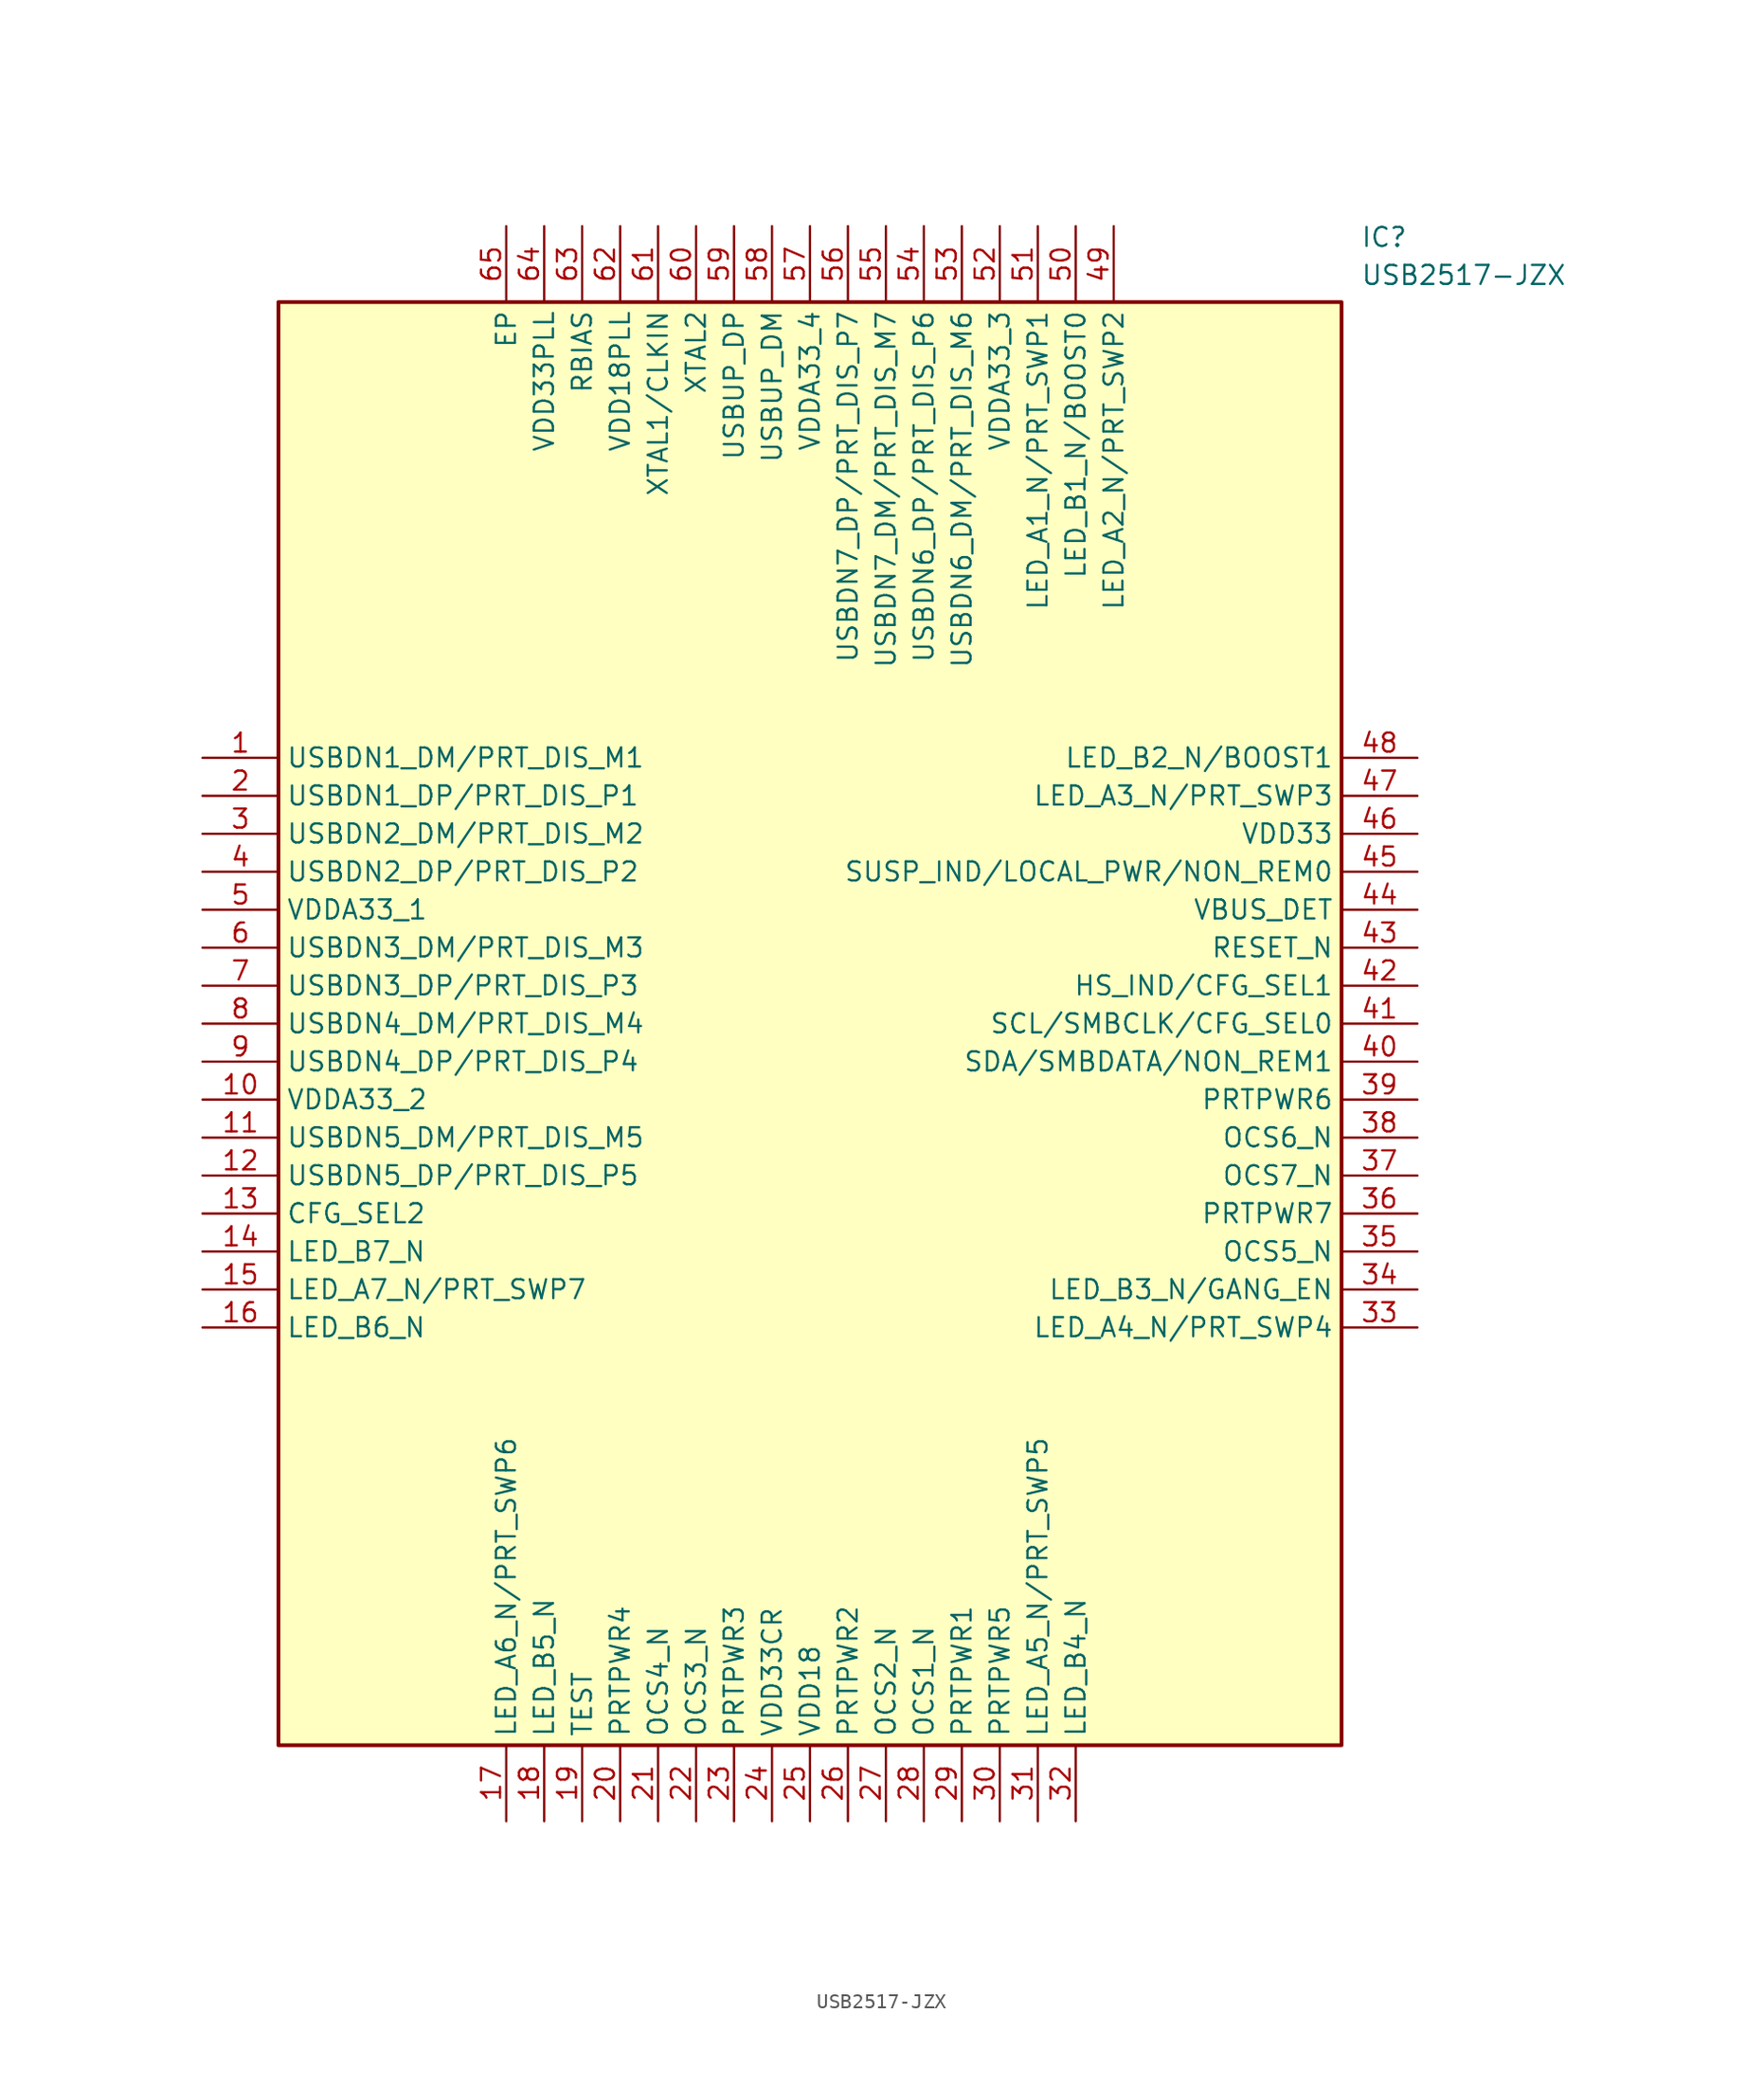
<source format=kicad_sym>
(kicad_symbol_lib
  (version 20211014)
  (generator SamacSys_ECAD_Model)
  (symbol "USB2517-JZX"
    (property "Reference" "IC"
      (at 77.47 35.56 0)
      (effects (font (size 1.27 1.27)) (justify left top)))
    (property "Value" "USB2517-JZX"
      (at 77.47 33.02 0)
      (effects (font (size 1.27 1.27)) (justify left top)))
    (rectangle
      (start 5.08 30.48)
      (end 76.2 -66.04)
      (stroke (width 0.254) (type default))
      (fill (type background)))
    (pin passive line
      (at 0 0 0)
      (length 5.08)
      (name "USBDN1_DM/PRT_DIS_M1" (effects (font (size 1.27 1.27))))
      (number "1" (effects (font (size 1.27 1.27)))))
    (pin passive line
      (at 0 -2.54 0)
      (length 5.08)
      (name "USBDN1_DP/PRT_DIS_P1" (effects (font (size 1.27 1.27))))
      (number "2" (effects (font (size 1.27 1.27)))))
    (pin passive line
      (at 0 -5.08 0)
      (length 5.08)
      (name "USBDN2_DM/PRT_DIS_M2" (effects (font (size 1.27 1.27))))
      (number "3" (effects (font (size 1.27 1.27)))))
    (pin passive line
      (at 0 -7.62 0)
      (length 5.08)
      (name "USBDN2_DP/PRT_DIS_P2" (effects (font (size 1.27 1.27))))
      (number "4" (effects (font (size 1.27 1.27)))))
    (pin power_in line
      (at 0 -10.16 0)
      (length 5.08)
      (name "VDDA33_1" (effects (font (size 1.27 1.27))))
      (number "5" (effects (font (size 1.27 1.27)))))
    (pin passive line
      (at 0 -12.7 0)
      (length 5.08)
      (name "USBDN3_DM/PRT_DIS_M3" (effects (font (size 1.27 1.27))))
      (number "6" (effects (font (size 1.27 1.27)))))
    (pin passive line
      (at 0 -15.24 0)
      (length 5.08)
      (name "USBDN3_DP/PRT_DIS_P3" (effects (font (size 1.27 1.27))))
      (number "7" (effects (font (size 1.27 1.27)))))
    (pin passive line
      (at 0 -17.78 0)
      (length 5.08)
      (name "USBDN4_DM/PRT_DIS_M4" (effects (font (size 1.27 1.27))))
      (number "8" (effects (font (size 1.27 1.27)))))
    (pin passive line
      (at 0 -20.32 0)
      (length 5.08)
      (name "USBDN4_DP/PRT_DIS_P4" (effects (font (size 1.27 1.27))))
      (number "9" (effects (font (size 1.27 1.27)))))
    (pin power_in line
      (at 0 -22.86 0)
      (length 5.08)
      (name "VDDA33_2" (effects (font (size 1.27 1.27))))
      (number "10" (effects (font (size 1.27 1.27)))))
    (pin passive line
      (at 0 -25.4 0)
      (length 5.08)
      (name "USBDN5_DM/PRT_DIS_M5" (effects (font (size 1.27 1.27))))
      (number "11" (effects (font (size 1.27 1.27)))))
    (pin passive line
      (at 0 -27.94 0)
      (length 5.08)
      (name "USBDN5_DP/PRT_DIS_P5" (effects (font (size 1.27 1.27))))
      (number "12" (effects (font (size 1.27 1.27)))))
    (pin passive line
      (at 0 -30.48 0)
      (length 5.08)
      (name "CFG_SEL2" (effects (font (size 1.27 1.27))))
      (number "13" (effects (font (size 1.27 1.27)))))
    (pin passive line
      (at 0 -33.02 0)
      (length 5.08)
      (name "LED_B7_N" (effects (font (size 1.27 1.27))))
      (number "14" (effects (font (size 1.27 1.27)))))
    (pin passive line
      (at 0 -35.56 0)
      (length 5.08)
      (name "LED_A7_N/PRT_SWP7" (effects (font (size 1.27 1.27))))
      (number "15" (effects (font (size 1.27 1.27)))))
    (pin passive line
      (at 0 -38.1 0)
      (length 5.08)
      (name "LED_B6_N" (effects (font (size 1.27 1.27))))
      (number "16" (effects (font (size 1.27 1.27)))))
    (pin passive line
      (at 20.32 -71.12 90)
      (length 5.08)
      (name "LED_A6_N/PRT_SWP6" (effects (font (size 1.27 1.27))))
      (number "17" (effects (font (size 1.27 1.27)))))
    (pin passive line
      (at 22.86 -71.12 90)
      (length 5.08)
      (name "LED_B5_N" (effects (font (size 1.27 1.27))))
      (number "18" (effects (font (size 1.27 1.27)))))
    (pin passive line
      (at 25.4 -71.12 90)
      (length 5.08)
      (name "TEST" (effects (font (size 1.27 1.27))))
      (number "19" (effects (font (size 1.27 1.27)))))
    (pin passive line
      (at 27.94 -71.12 90)
      (length 5.08)
      (name "PRTPWR4" (effects (font (size 1.27 1.27))))
      (number "20" (effects (font (size 1.27 1.27)))))
    (pin input line
      (at 30.48 -71.12 90)
      (length 5.08)
      (name "OCS4_N" (effects (font (size 1.27 1.27))))
      (number "21" (effects (font (size 1.27 1.27)))))
    (pin input line
      (at 33.02 -71.12 90)
      (length 5.08)
      (name "OCS3_N" (effects (font (size 1.27 1.27))))
      (number "22" (effects (font (size 1.27 1.27)))))
    (pin passive line
      (at 35.56 -71.12 90)
      (length 5.08)
      (name "PRTPWR3" (effects (font (size 1.27 1.27))))
      (number "23" (effects (font (size 1.27 1.27)))))
    (pin power_in line
      (at 38.1 -71.12 90)
      (length 5.08)
      (name "VDD33CR" (effects (font (size 1.27 1.27))))
      (number "24" (effects (font (size 1.27 1.27)))))
    (pin power_in line
      (at 40.64 -71.12 90)
      (length 5.08)
      (name "VDD18" (effects (font (size 1.27 1.27))))
      (number "25" (effects (font (size 1.27 1.27)))))
    (pin passive line
      (at 43.18 -71.12 90)
      (length 5.08)
      (name "PRTPWR2" (effects (font (size 1.27 1.27))))
      (number "26" (effects (font (size 1.27 1.27)))))
    (pin input line
      (at 45.72 -71.12 90)
      (length 5.08)
      (name "OCS2_N" (effects (font (size 1.27 1.27))))
      (number "27" (effects (font (size 1.27 1.27)))))
    (pin input line
      (at 48.26 -71.12 90)
      (length 5.08)
      (name "OCS1_N" (effects (font (size 1.27 1.27))))
      (number "28" (effects (font (size 1.27 1.27)))))
    (pin passive line
      (at 50.8 -71.12 90)
      (length 5.08)
      (name "PRTPWR1" (effects (font (size 1.27 1.27))))
      (number "29" (effects (font (size 1.27 1.27)))))
    (pin passive line
      (at 53.34 -71.12 90)
      (length 5.08)
      (name "PRTPWR5" (effects (font (size 1.27 1.27))))
      (number "30" (effects (font (size 1.27 1.27)))))
    (pin passive line
      (at 55.88 -71.12 90)
      (length 5.08)
      (name "LED_A5_N/PRT_SWP5" (effects (font (size 1.27 1.27))))
      (number "31" (effects (font (size 1.27 1.27)))))
    (pin passive line
      (at 58.42 -71.12 90)
      (length 5.08)
      (name "LED_B4_N" (effects (font (size 1.27 1.27))))
      (number "32" (effects (font (size 1.27 1.27)))))
    (pin passive line
      (at 81.28 0 180)
      (length 5.08)
      (name "LED_B2_N/BOOST1" (effects (font (size 1.27 1.27))))
      (number "48" (effects (font (size 1.27 1.27)))))
    (pin passive line
      (at 81.28 -2.54 180)
      (length 5.08)
      (name "LED_A3_N/PRT_SWP3" (effects (font (size 1.27 1.27))))
      (number "47" (effects (font (size 1.27 1.27)))))
    (pin power_in line
      (at 81.28 -5.08 180)
      (length 5.08)
      (name "VDD33" (effects (font (size 1.27 1.27))))
      (number "46" (effects (font (size 1.27 1.27)))))
    (pin input line
      (at 81.28 -7.62 180)
      (length 5.08)
      (name "SUSP_IND/LOCAL_PWR/NON_REM0" (effects (font (size 1.27 1.27))))
      (number "45" (effects (font (size 1.27 1.27)))))
    (pin passive line
      (at 81.28 -10.16 180)
      (length 5.08)
      (name "VBUS_DET" (effects (font (size 1.27 1.27))))
      (number "44" (effects (font (size 1.27 1.27)))))
    (pin passive line
      (at 81.28 -12.7 180)
      (length 5.08)
      (name "RESET_N" (effects (font (size 1.27 1.27))))
      (number "43" (effects (font (size 1.27 1.27)))))
    (pin input line
      (at 81.28 -15.24 180)
      (length 5.08)
      (name "HS_IND/CFG_SEL1" (effects (font (size 1.27 1.27))))
      (number "42" (effects (font (size 1.27 1.27)))))
    (pin input line
      (at 81.28 -17.78 180)
      (length 5.08)
      (name "SCL/SMBCLK/CFG_SEL0" (effects (font (size 1.27 1.27))))
      (number "41" (effects (font (size 1.27 1.27)))))
    (pin passive line
      (at 81.28 -20.32 180)
      (length 5.08)
      (name "SDA/SMBDATA/NON_REM1" (effects (font (size 1.27 1.27))))
      (number "40" (effects (font (size 1.27 1.27)))))
    (pin passive line
      (at 81.28 -22.86 180)
      (length 5.08)
      (name "PRTPWR6" (effects (font (size 1.27 1.27))))
      (number "39" (effects (font (size 1.27 1.27)))))
    (pin input line
      (at 81.28 -25.4 180)
      (length 5.08)
      (name "OCS6_N" (effects (font (size 1.27 1.27))))
      (number "38" (effects (font (size 1.27 1.27)))))
    (pin input line
      (at 81.28 -27.94 180)
      (length 5.08)
      (name "OCS7_N" (effects (font (size 1.27 1.27))))
      (number "37" (effects (font (size 1.27 1.27)))))
    (pin passive line
      (at 81.28 -30.48 180)
      (length 5.08)
      (name "PRTPWR7" (effects (font (size 1.27 1.27))))
      (number "36" (effects (font (size 1.27 1.27)))))
    (pin input line
      (at 81.28 -33.02 180)
      (length 5.08)
      (name "OCS5_N" (effects (font (size 1.27 1.27))))
      (number "35" (effects (font (size 1.27 1.27)))))
    (pin passive line
      (at 81.28 -35.56 180)
      (length 5.08)
      (name "LED_B3_N/GANG_EN" (effects (font (size 1.27 1.27))))
      (number "34" (effects (font (size 1.27 1.27)))))
    (pin passive line
      (at 81.28 -38.1 180)
      (length 5.08)
      (name "LED_A4_N/PRT_SWP4" (effects (font (size 1.27 1.27))))
      (number "33" (effects (font (size 1.27 1.27)))))
    (pin passive line
      (at 20.32 35.56 270)
      (length 5.08)
      (name "EP" (effects (font (size 1.27 1.27))))
      (number "65" (effects (font (size 1.27 1.27)))))
    (pin power_in line
      (at 22.86 35.56 270)
      (length 5.08)
      (name "VDD33PLL" (effects (font (size 1.27 1.27))))
      (number "64" (effects (font (size 1.27 1.27)))))
    (pin passive line
      (at 25.4 35.56 270)
      (length 5.08)
      (name "RBIAS" (effects (font (size 1.27 1.27))))
      (number "63" (effects (font (size 1.27 1.27)))))
    (pin power_in line
      (at 27.94 35.56 270)
      (length 5.08)
      (name "VDD18PLL" (effects (font (size 1.27 1.27))))
      (number "62" (effects (font (size 1.27 1.27)))))
    (pin input line
      (at 30.48 35.56 270)
      (length 5.08)
      (name "XTAL1/CLKIN" (effects (font (size 1.27 1.27))))
      (number "61" (effects (font (size 1.27 1.27)))))
    (pin passive line
      (at 33.02 35.56 270)
      (length 5.08)
      (name "XTAL2" (effects (font (size 1.27 1.27))))
      (number "60" (effects (font (size 1.27 1.27)))))
    (pin passive line
      (at 35.56 35.56 270)
      (length 5.08)
      (name "USBUP_DP" (effects (font (size 1.27 1.27))))
      (number "59" (effects (font (size 1.27 1.27)))))
    (pin passive line
      (at 38.1 35.56 270)
      (length 5.08)
      (name "USBUP_DM" (effects (font (size 1.27 1.27))))
      (number "58" (effects (font (size 1.27 1.27)))))
    (pin power_in line
      (at 40.64 35.56 270)
      (length 5.08)
      (name "VDDA33_4" (effects (font (size 1.27 1.27))))
      (number "57" (effects (font (size 1.27 1.27)))))
    (pin passive line
      (at 43.18 35.56 270)
      (length 5.08)
      (name "USBDN7_DP/PRT_DIS_P7" (effects (font (size 1.27 1.27))))
      (number "56" (effects (font (size 1.27 1.27)))))
    (pin passive line
      (at 45.72 35.56 270)
      (length 5.08)
      (name "USBDN7_DM/PRT_DIS_M7" (effects (font (size 1.27 1.27))))
      (number "55" (effects (font (size 1.27 1.27)))))
    (pin passive line
      (at 48.26 35.56 270)
      (length 5.08)
      (name "USBDN6_DP/PRT_DIS_P6" (effects (font (size 1.27 1.27))))
      (number "54" (effects (font (size 1.27 1.27)))))
    (pin passive line
      (at 50.8 35.56 270)
      (length 5.08)
      (name "USBDN6_DM/PRT_DIS_M6" (effects (font (size 1.27 1.27))))
      (number "53" (effects (font (size 1.27 1.27)))))
    (pin power_in line
      (at 53.34 35.56 270)
      (length 5.08)
      (name "VDDA33_3" (effects (font (size 1.27 1.27))))
      (number "52" (effects (font (size 1.27 1.27)))))
    (pin passive line
      (at 55.88 35.56 270)
      (length 5.08)
      (name "LED_A1_N/PRT_SWP1" (effects (font (size 1.27 1.27))))
      (number "51" (effects (font (size 1.27 1.27)))))
    (pin passive line
      (at 58.42 35.56 270)
      (length 5.08)
      (name "LED_B1_N/BOOST0" (effects (font (size 1.27 1.27))))
      (number "50" (effects (font (size 1.27 1.27)))))
    (pin passive line
      (at 60.96 35.56 270)
      (length 5.08)
      (name "LED_A2_N/PRT_SWP2" (effects (font (size 1.27 1.27))))
      (number "49" (effects (font (size 1.27 1.27)))))))
</source>
